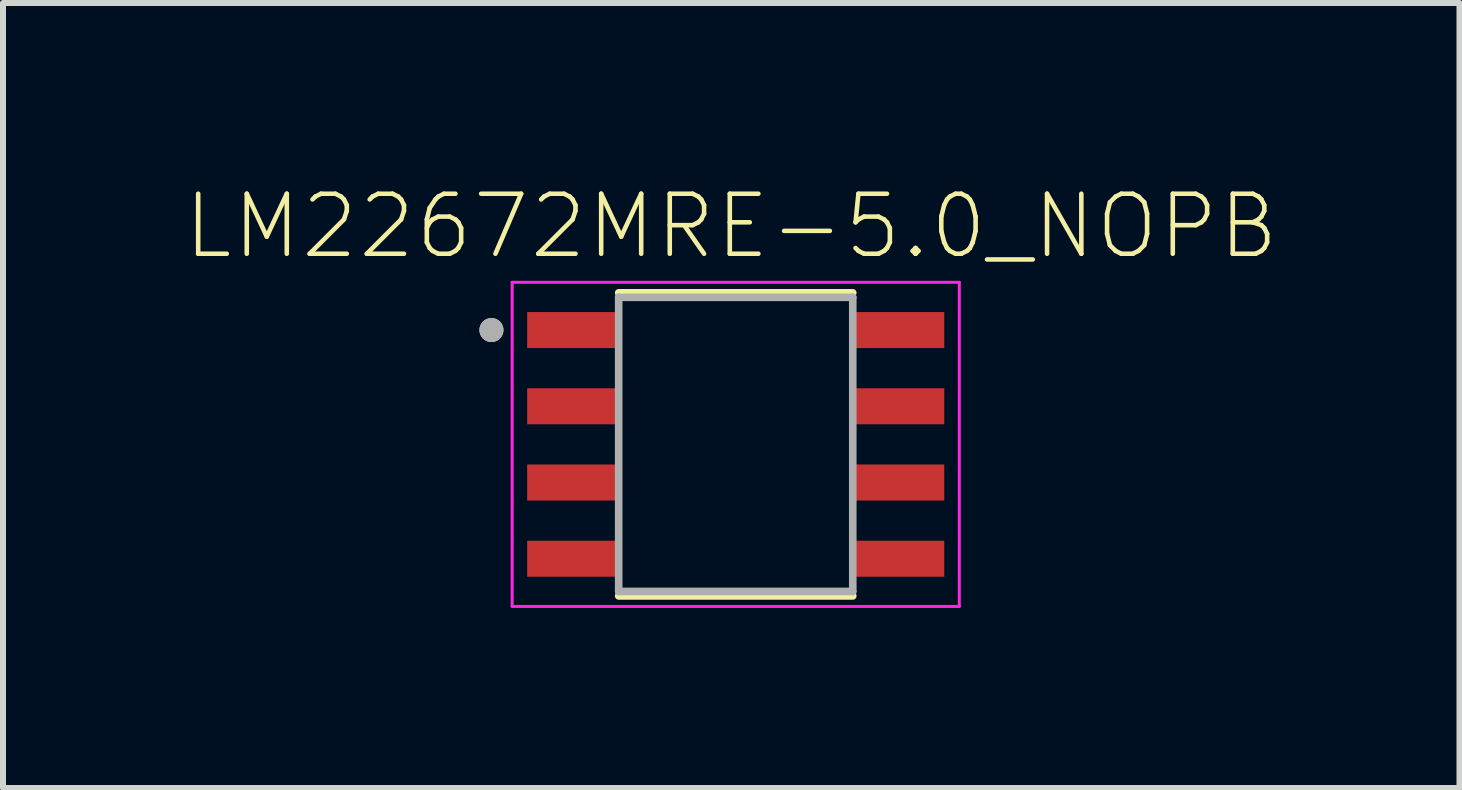
<source format=kicad_pcb>
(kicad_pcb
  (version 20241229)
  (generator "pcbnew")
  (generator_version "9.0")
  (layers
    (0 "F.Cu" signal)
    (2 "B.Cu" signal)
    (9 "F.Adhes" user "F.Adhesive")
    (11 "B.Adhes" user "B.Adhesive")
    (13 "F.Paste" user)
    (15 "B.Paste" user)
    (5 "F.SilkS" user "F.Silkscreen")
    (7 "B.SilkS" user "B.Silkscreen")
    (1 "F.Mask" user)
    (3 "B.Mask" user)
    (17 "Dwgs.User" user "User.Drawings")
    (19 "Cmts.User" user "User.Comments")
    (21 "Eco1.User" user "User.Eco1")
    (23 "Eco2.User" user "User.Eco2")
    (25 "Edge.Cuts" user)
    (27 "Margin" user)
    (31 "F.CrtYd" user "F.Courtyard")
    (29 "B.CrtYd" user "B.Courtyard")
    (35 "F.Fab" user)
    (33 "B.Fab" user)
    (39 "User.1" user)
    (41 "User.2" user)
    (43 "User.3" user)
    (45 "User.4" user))
  (footprint "LM22672MRE-5.0_NOPB"
    (layer "F.Cu")
    (at 9.208 4.354)
    (property "Reference" "LM22672MRE-5.0_NOPB" (at -0.075 -3.635 0) (layer "F.SilkS") (effects (font (size 1 1) (thickness 0.076))))
    (attr through_hole)
    (fp_poly (pts (xy -1.905 -1.535) (xy -3.495 -1.535) (xy -3.498 -1.535) (xy -3.5 -1.535) (xy -3.503 -1.536) (xy -3.505 -1.536) (xy -3.508 -1.537) (xy -3.51 -1.537) (xy -3.513 -1.538) (xy -3.515 -1.539) (xy -3.518 -1.54) (xy -3.52 -1.542) (xy -3.522 -1.543) (xy -3.524 -1.545) (xy -3.526 -1.546) (xy -3.528 -1.548) (xy -3.53 -1.55) (xy -3.532 -1.552) (xy -3.534 -1.554) (xy -3.535 -1.556) (xy -3.537 -1.558) (xy -3.538 -1.56) (xy -3.54 -1.562) (xy -3.541 -1.565) (xy -3.542 -1.567) (xy -3.543 -1.57) (xy -3.543 -1.572) (xy -3.544 -1.575) (xy -3.544 -1.577) (xy -3.545 -1.58) (xy -3.545 -1.582) (xy -3.545 -1.585) (xy -3.545 -2.225) (xy -3.545 -2.228) (xy -3.545 -2.23) (xy -3.544 -2.233) (xy -3.544 -2.235) (xy -3.543 -2.238) (xy -3.543 -2.24) (xy -3.542 -2.243) (xy -3.541 -2.245) (xy -3.54 -2.248) (xy -3.538 -2.25) (xy -3.537 -2.252) (xy -3.535 -2.254) (xy -3.534 -2.256) (xy -3.532 -2.258) (xy -3.53 -2.26) (xy -3.528 -2.262) (xy -3.526 -2.264) (xy -3.524 -2.265) (xy -3.522 -2.267) (xy -3.52 -2.268) (xy -3.518 -2.27) (xy -3.515 -2.271) (xy -3.513 -2.272) (xy -3.51 -2.273) (xy -3.508 -2.273) (xy -3.505 -2.274) (xy -3.503 -2.274) (xy -3.5 -2.275) (xy -3.498 -2.275) (xy -3.495 -2.275) (xy -1.905 -2.275) (xy -1.902 -2.275) (xy -1.9 -2.275) (xy -1.897 -2.274) (xy -1.895 -2.274) (xy -1.892 -2.273) (xy -1.89 -2.273) (xy -1.887 -2.272) (xy -1.885 -2.271) (xy -1.882 -2.27) (xy -1.88 -2.268) (xy -1.878 -2.267) (xy -1.876 -2.265) (xy -1.874 -2.264) (xy -1.872 -2.262) (xy -1.87 -2.26) (xy -1.868 -2.258) (xy -1.866 -2.256) (xy -1.865 -2.254) (xy -1.863 -2.252) (xy -1.862 -2.25) (xy -1.86 -2.248) (xy -1.859 -2.245) (xy -1.858 -2.243) (xy -1.857 -2.24) (xy -1.857 -2.238) (xy -1.856 -2.235) (xy -1.856 -2.233) (xy -1.855 -2.23) (xy -1.855 -2.228) (xy -1.855 -2.225) (xy -1.855 -1.585) (xy -1.855 -1.582) (xy -1.855 -1.58) (xy -1.856 -1.577) (xy -1.856 -1.575) (xy -1.857 -1.572) (xy -1.857 -1.57) (xy -1.858 -1.567) (xy -1.859 -1.565) (xy -1.86 -1.562) (xy -1.862 -1.56) (xy -1.863 -1.558) (xy -1.865 -1.556) (xy -1.866 -1.554) (xy -1.868 -1.552) (xy -1.87 -1.55) (xy -1.872 -1.548) (xy -1.874 -1.546) (xy -1.876 -1.545) (xy -1.878 -1.543) (xy -1.88 -1.542) (xy -1.882 -1.54) (xy -1.885 -1.539) (xy -1.887 -1.538) (xy -1.89 -1.537) (xy -1.892 -1.537) (xy -1.895 -1.536) (xy -1.897 -1.536) (xy -1.9 -1.535) (xy -1.902 -1.535) (xy -1.905 -1.535)) (stroke (width 0.01) (type solid)) (fill yes) (layer "F.Mask"))
    (fp_poly (pts (xy -1.905 -0.265) (xy -3.495 -0.265) (xy -3.498 -0.265) (xy -3.5 -0.265) (xy -3.503 -0.266) (xy -3.505 -0.266) (xy -3.508 -0.267) (xy -3.51 -0.267) (xy -3.513 -0.268) (xy -3.515 -0.269) (xy -3.518 -0.27) (xy -3.52 -0.272) (xy -3.522 -0.273) (xy -3.524 -0.275) (xy -3.526 -0.276) (xy -3.528 -0.278) (xy -3.53 -0.28) (xy -3.532 -0.282) (xy -3.534 -0.284) (xy -3.535 -0.286) (xy -3.537 -0.288) (xy -3.538 -0.29) (xy -3.54 -0.292) (xy -3.541 -0.295) (xy -3.542 -0.297) (xy -3.543 -0.3) (xy -3.543 -0.302) (xy -3.544 -0.305) (xy -3.544 -0.307) (xy -3.545 -0.31) (xy -3.545 -0.312) (xy -3.545 -0.315) (xy -3.545 -0.955) (xy -3.545 -0.958) (xy -3.545 -0.96) (xy -3.544 -0.963) (xy -3.544 -0.965) (xy -3.543 -0.968) (xy -3.543 -0.97) (xy -3.542 -0.973) (xy -3.541 -0.975) (xy -3.54 -0.978) (xy -3.538 -0.98) (xy -3.537 -0.982) (xy -3.535 -0.984) (xy -3.534 -0.986) (xy -3.532 -0.988) (xy -3.53 -0.99) (xy -3.528 -0.992) (xy -3.526 -0.994) (xy -3.524 -0.995) (xy -3.522 -0.997) (xy -3.52 -0.998) (xy -3.518 -1) (xy -3.515 -1.001) (xy -3.513 -1.002) (xy -3.51 -1.003) (xy -3.508 -1.003) (xy -3.505 -1.004) (xy -3.503 -1.004) (xy -3.5 -1.005) (xy -3.498 -1.005) (xy -3.495 -1.005) (xy -1.905 -1.005) (xy -1.902 -1.005) (xy -1.9 -1.005) (xy -1.897 -1.004) (xy -1.895 -1.004) (xy -1.892 -1.003) (xy -1.89 -1.003) (xy -1.887 -1.002) (xy -1.885 -1.001) (xy -1.882 -1) (xy -1.88 -0.998) (xy -1.878 -0.997) (xy -1.876 -0.995) (xy -1.874 -0.994) (xy -1.872 -0.992) (xy -1.87 -0.99) (xy -1.868 -0.988) (xy -1.866 -0.986) (xy -1.865 -0.984) (xy -1.863 -0.982) (xy -1.862 -0.98) (xy -1.86 -0.978) (xy -1.859 -0.975) (xy -1.858 -0.973) (xy -1.857 -0.97) (xy -1.857 -0.968) (xy -1.856 -0.965) (xy -1.856 -0.963) (xy -1.855 -0.96) (xy -1.855 -0.958) (xy -1.855 -0.955) (xy -1.855 -0.315) (xy -1.855 -0.312) (xy -1.855 -0.31) (xy -1.856 -0.307) (xy -1.856 -0.305) (xy -1.857 -0.302) (xy -1.857 -0.3) (xy -1.858 -0.297) (xy -1.859 -0.295) (xy -1.86 -0.292) (xy -1.862 -0.29) (xy -1.863 -0.288) (xy -1.865 -0.286) (xy -1.866 -0.284) (xy -1.868 -0.282) (xy -1.87 -0.28) (xy -1.872 -0.278) (xy -1.874 -0.276) (xy -1.876 -0.275) (xy -1.878 -0.273) (xy -1.88 -0.272) (xy -1.882 -0.27) (xy -1.885 -0.269) (xy -1.887 -0.268) (xy -1.89 -0.267) (xy -1.892 -0.267) (xy -1.895 -0.266) (xy -1.897 -0.266) (xy -1.9 -0.265) (xy -1.902 -0.265) (xy -1.905 -0.265)) (stroke (width 0.01) (type solid)) (fill yes) (layer "F.Mask"))
    (fp_poly (pts (xy -1.905 1.005) (xy -3.495 1.005) (xy -3.498 1.005) (xy -3.5 1.005) (xy -3.503 1.004) (xy -3.505 1.004) (xy -3.508 1.003) (xy -3.51 1.003) (xy -3.513 1.002) (xy -3.515 1.001) (xy -3.518 1) (xy -3.52 0.998) (xy -3.522 0.997) (xy -3.524 0.995) (xy -3.526 0.994) (xy -3.528 0.992) (xy -3.53 0.99) (xy -3.532 0.988) (xy -3.534 0.986) (xy -3.535 0.984) (xy -3.537 0.982) (xy -3.538 0.98) (xy -3.54 0.978) (xy -3.541 0.975) (xy -3.542 0.973) (xy -3.543 0.97) (xy -3.543 0.968) (xy -3.544 0.965) (xy -3.544 0.963) (xy -3.545 0.96) (xy -3.545 0.958) (xy -3.545 0.955) (xy -3.545 0.315) (xy -3.545 0.312) (xy -3.545 0.31) (xy -3.544 0.307) (xy -3.544 0.305) (xy -3.543 0.302) (xy -3.543 0.3) (xy -3.542 0.297) (xy -3.541 0.295) (xy -3.54 0.292) (xy -3.538 0.29) (xy -3.537 0.288) (xy -3.535 0.286) (xy -3.534 0.284) (xy -3.532 0.282) (xy -3.53 0.28) (xy -3.528 0.278) (xy -3.526 0.276) (xy -3.524 0.275) (xy -3.522 0.273) (xy -3.52 0.272) (xy -3.518 0.27) (xy -3.515 0.269) (xy -3.513 0.268) (xy -3.51 0.267) (xy -3.508 0.267) (xy -3.505 0.266) (xy -3.503 0.266) (xy -3.5 0.265) (xy -3.498 0.265) (xy -3.495 0.265) (xy -1.905 0.265) (xy -1.902 0.265) (xy -1.9 0.265) (xy -1.897 0.266) (xy -1.895 0.266) (xy -1.892 0.267) (xy -1.89 0.267) (xy -1.887 0.268) (xy -1.885 0.269) (xy -1.882 0.27) (xy -1.88 0.272) (xy -1.878 0.273) (xy -1.876 0.275) (xy -1.874 0.276) (xy -1.872 0.278) (xy -1.87 0.28) (xy -1.868 0.282) (xy -1.866 0.284) (xy -1.865 0.286) (xy -1.863 0.288) (xy -1.862 0.29) (xy -1.86 0.292) (xy -1.859 0.295) (xy -1.858 0.297) (xy -1.857 0.3) (xy -1.857 0.302) (xy -1.856 0.305) (xy -1.856 0.307) (xy -1.855 0.31) (xy -1.855 0.312) (xy -1.855 0.315) (xy -1.855 0.955) (xy -1.855 0.958) (xy -1.855 0.96) (xy -1.856 0.963) (xy -1.856 0.965) (xy -1.857 0.968) (xy -1.857 0.97) (xy -1.858 0.973) (xy -1.859 0.975) (xy -1.86 0.978) (xy -1.862 0.98) (xy -1.863 0.982) (xy -1.865 0.984) (xy -1.866 0.986) (xy -1.868 0.988) (xy -1.87 0.99) (xy -1.872 0.992) (xy -1.874 0.994) (xy -1.876 0.995) (xy -1.878 0.997) (xy -1.88 0.998) (xy -1.882 1) (xy -1.885 1.001) (xy -1.887 1.002) (xy -1.89 1.003) (xy -1.892 1.003) (xy -1.895 1.004) (xy -1.897 1.004) (xy -1.9 1.005) (xy -1.902 1.005) (xy -1.905 1.005)) (stroke (width 0.01) (type solid)) (fill yes) (layer "F.Mask"))
    (fp_poly (pts (xy -1.905 2.275) (xy -3.495 2.275) (xy -3.498 2.275) (xy -3.5 2.275) (xy -3.503 2.274) (xy -3.505 2.274) (xy -3.508 2.273) (xy -3.51 2.273) (xy -3.513 2.272) (xy -3.515 2.271) (xy -3.518 2.27) (xy -3.52 2.268) (xy -3.522 2.267) (xy -3.524 2.265) (xy -3.526 2.264) (xy -3.528 2.262) (xy -3.53 2.26) (xy -3.532 2.258) (xy -3.534 2.256) (xy -3.535 2.254) (xy -3.537 2.252) (xy -3.538 2.25) (xy -3.54 2.248) (xy -3.541 2.245) (xy -3.542 2.243) (xy -3.543 2.24) (xy -3.543 2.238) (xy -3.544 2.235) (xy -3.544 2.233) (xy -3.545 2.23) (xy -3.545 2.228) (xy -3.545 2.225) (xy -3.545 1.585) (xy -3.545 1.582) (xy -3.545 1.58) (xy -3.544 1.577) (xy -3.544 1.575) (xy -3.543 1.572) (xy -3.543 1.57) (xy -3.542 1.567) (xy -3.541 1.565) (xy -3.54 1.562) (xy -3.538 1.56) (xy -3.537 1.558) (xy -3.535 1.556) (xy -3.534 1.554) (xy -3.532 1.552) (xy -3.53 1.55) (xy -3.528 1.548) (xy -3.526 1.546) (xy -3.524 1.545) (xy -3.522 1.543) (xy -3.52 1.542) (xy -3.518 1.54) (xy -3.515 1.539) (xy -3.513 1.538) (xy -3.51 1.537) (xy -3.508 1.537) (xy -3.505 1.536) (xy -3.503 1.536) (xy -3.5 1.535) (xy -3.498 1.535) (xy -3.495 1.535) (xy -1.905 1.535) (xy -1.902 1.535) (xy -1.9 1.535) (xy -1.897 1.536) (xy -1.895 1.536) (xy -1.892 1.537) (xy -1.89 1.537) (xy -1.887 1.538) (xy -1.885 1.539) (xy -1.882 1.54) (xy -1.88 1.542) (xy -1.878 1.543) (xy -1.876 1.545) (xy -1.874 1.546) (xy -1.872 1.548) (xy -1.87 1.55) (xy -1.868 1.552) (xy -1.866 1.554) (xy -1.865 1.556) (xy -1.863 1.558) (xy -1.862 1.56) (xy -1.86 1.562) (xy -1.859 1.565) (xy -1.858 1.567) (xy -1.857 1.57) (xy -1.857 1.572) (xy -1.856 1.575) (xy -1.856 1.577) (xy -1.855 1.58) (xy -1.855 1.582) (xy -1.855 1.585) (xy -1.855 2.225) (xy -1.855 2.228) (xy -1.855 2.23) (xy -1.856 2.233) (xy -1.856 2.235) (xy -1.857 2.238) (xy -1.857 2.24) (xy -1.858 2.243) (xy -1.859 2.245) (xy -1.86 2.248) (xy -1.862 2.25) (xy -1.863 2.252) (xy -1.865 2.254) (xy -1.866 2.256) (xy -1.868 2.258) (xy -1.87 2.26) (xy -1.872 2.262) (xy -1.874 2.264) (xy -1.876 2.265) (xy -1.878 2.267) (xy -1.88 2.268) (xy -1.882 2.27) (xy -1.885 2.271) (xy -1.887 2.272) (xy -1.89 2.273) (xy -1.892 2.273) (xy -1.895 2.274) (xy -1.897 2.274) (xy -1.9 2.275) (xy -1.902 2.275) (xy -1.905 2.275)) (stroke (width 0.01) (type solid)) (fill yes) (layer "F.Mask"))
    (fp_poly (pts (xy 3.495 -1.535) (xy 1.905 -1.535) (xy 1.902 -1.535) (xy 1.9 -1.535) (xy 1.897 -1.536) (xy 1.895 -1.536) (xy 1.892 -1.537) (xy 1.89 -1.537) (xy 1.887 -1.538) (xy 1.885 -1.539) (xy 1.882 -1.54) (xy 1.88 -1.542) (xy 1.878 -1.543) (xy 1.876 -1.545) (xy 1.874 -1.546) (xy 1.872 -1.548) (xy 1.87 -1.55) (xy 1.868 -1.552) (xy 1.866 -1.554) (xy 1.865 -1.556) (xy 1.863 -1.558) (xy 1.862 -1.56) (xy 1.86 -1.562) (xy 1.859 -1.565) (xy 1.858 -1.567) (xy 1.857 -1.57) (xy 1.857 -1.572) (xy 1.856 -1.575) (xy 1.856 -1.577) (xy 1.855 -1.58) (xy 1.855 -1.582) (xy 1.855 -1.585) (xy 1.855 -2.225) (xy 1.855 -2.228) (xy 1.855 -2.23) (xy 1.856 -2.233) (xy 1.856 -2.235) (xy 1.857 -2.238) (xy 1.857 -2.24) (xy 1.858 -2.243) (xy 1.859 -2.245) (xy 1.86 -2.248) (xy 1.862 -2.25) (xy 1.863 -2.252) (xy 1.865 -2.254) (xy 1.866 -2.256) (xy 1.868 -2.258) (xy 1.87 -2.26) (xy 1.872 -2.262) (xy 1.874 -2.264) (xy 1.876 -2.265) (xy 1.878 -2.267) (xy 1.88 -2.268) (xy 1.882 -2.27) (xy 1.885 -2.271) (xy 1.887 -2.272) (xy 1.89 -2.273) (xy 1.892 -2.273) (xy 1.895 -2.274) (xy 1.897 -2.274) (xy 1.9 -2.275) (xy 1.902 -2.275) (xy 1.905 -2.275) (xy 3.495 -2.275) (xy 3.498 -2.275) (xy 3.5 -2.275) (xy 3.503 -2.274) (xy 3.505 -2.274) (xy 3.508 -2.273) (xy 3.51 -2.273) (xy 3.513 -2.272) (xy 3.515 -2.271) (xy 3.518 -2.27) (xy 3.52 -2.268) (xy 3.522 -2.267) (xy 3.524 -2.265) (xy 3.526 -2.264) (xy 3.528 -2.262) (xy 3.53 -2.26) (xy 3.532 -2.258) (xy 3.534 -2.256) (xy 3.535 -2.254) (xy 3.537 -2.252) (xy 3.538 -2.25) (xy 3.54 -2.248) (xy 3.541 -2.245) (xy 3.542 -2.243) (xy 3.543 -2.24) (xy 3.543 -2.238) (xy 3.544 -2.235) (xy 3.544 -2.233) (xy 3.545 -2.23) (xy 3.545 -2.228) (xy 3.545 -2.225) (xy 3.545 -1.585) (xy 3.545 -1.582) (xy 3.545 -1.58) (xy 3.544 -1.577) (xy 3.544 -1.575) (xy 3.543 -1.572) (xy 3.543 -1.57) (xy 3.542 -1.567) (xy 3.541 -1.565) (xy 3.54 -1.562) (xy 3.538 -1.56) (xy 3.537 -1.558) (xy 3.535 -1.556) (xy 3.534 -1.554) (xy 3.532 -1.552) (xy 3.53 -1.55) (xy 3.528 -1.548) (xy 3.526 -1.546) (xy 3.524 -1.545) (xy 3.522 -1.543) (xy 3.52 -1.542) (xy 3.518 -1.54) (xy 3.515 -1.539) (xy 3.513 -1.538) (xy 3.51 -1.537) (xy 3.508 -1.537) (xy 3.505 -1.536) (xy 3.503 -1.536) (xy 3.5 -1.535) (xy 3.498 -1.535) (xy 3.495 -1.535)) (stroke (width 0.01) (type solid)) (fill yes) (layer "F.Mask"))
    (fp_poly (pts (xy 3.495 -0.265) (xy 1.905 -0.265) (xy 1.902 -0.265) (xy 1.9 -0.265) (xy 1.897 -0.266) (xy 1.895 -0.266) (xy 1.892 -0.267) (xy 1.89 -0.267) (xy 1.887 -0.268) (xy 1.885 -0.269) (xy 1.882 -0.27) (xy 1.88 -0.272) (xy 1.878 -0.273) (xy 1.876 -0.275) (xy 1.874 -0.276) (xy 1.872 -0.278) (xy 1.87 -0.28) (xy 1.868 -0.282) (xy 1.866 -0.284) (xy 1.865 -0.286) (xy 1.863 -0.288) (xy 1.862 -0.29) (xy 1.86 -0.292) (xy 1.859 -0.295) (xy 1.858 -0.297) (xy 1.857 -0.3) (xy 1.857 -0.302) (xy 1.856 -0.305) (xy 1.856 -0.307) (xy 1.855 -0.31) (xy 1.855 -0.312) (xy 1.855 -0.315) (xy 1.855 -0.955) (xy 1.855 -0.958) (xy 1.855 -0.96) (xy 1.856 -0.963) (xy 1.856 -0.965) (xy 1.857 -0.968) (xy 1.857 -0.97) (xy 1.858 -0.973) (xy 1.859 -0.975) (xy 1.86 -0.978) (xy 1.862 -0.98) (xy 1.863 -0.982) (xy 1.865 -0.984) (xy 1.866 -0.986) (xy 1.868 -0.988) (xy 1.87 -0.99) (xy 1.872 -0.992) (xy 1.874 -0.994) (xy 1.876 -0.995) (xy 1.878 -0.997) (xy 1.88 -0.998) (xy 1.882 -1) (xy 1.885 -1.001) (xy 1.887 -1.002) (xy 1.89 -1.003) (xy 1.892 -1.003) (xy 1.895 -1.004) (xy 1.897 -1.004) (xy 1.9 -1.005) (xy 1.902 -1.005) (xy 1.905 -1.005) (xy 3.495 -1.005) (xy 3.498 -1.005) (xy 3.5 -1.005) (xy 3.503 -1.004) (xy 3.505 -1.004) (xy 3.508 -1.003) (xy 3.51 -1.003) (xy 3.513 -1.002) (xy 3.515 -1.001) (xy 3.518 -1) (xy 3.52 -0.998) (xy 3.522 -0.997) (xy 3.524 -0.995) (xy 3.526 -0.994) (xy 3.528 -0.992) (xy 3.53 -0.99) (xy 3.532 -0.988) (xy 3.534 -0.986) (xy 3.535 -0.984) (xy 3.537 -0.982) (xy 3.538 -0.98) (xy 3.54 -0.978) (xy 3.541 -0.975) (xy 3.542 -0.973) (xy 3.543 -0.97) (xy 3.543 -0.968) (xy 3.544 -0.965) (xy 3.544 -0.963) (xy 3.545 -0.96) (xy 3.545 -0.958) (xy 3.545 -0.955) (xy 3.545 -0.315) (xy 3.545 -0.312) (xy 3.545 -0.31) (xy 3.544 -0.307) (xy 3.544 -0.305) (xy 3.543 -0.302) (xy 3.543 -0.3) (xy 3.542 -0.297) (xy 3.541 -0.295) (xy 3.54 -0.292) (xy 3.538 -0.29) (xy 3.537 -0.288) (xy 3.535 -0.286) (xy 3.534 -0.284) (xy 3.532 -0.282) (xy 3.53 -0.28) (xy 3.528 -0.278) (xy 3.526 -0.276) (xy 3.524 -0.275) (xy 3.522 -0.273) (xy 3.52 -0.272) (xy 3.518 -0.27) (xy 3.515 -0.269) (xy 3.513 -0.268) (xy 3.51 -0.267) (xy 3.508 -0.267) (xy 3.505 -0.266) (xy 3.503 -0.266) (xy 3.5 -0.265) (xy 3.498 -0.265) (xy 3.495 -0.265)) (stroke (width 0.01) (type solid)) (fill yes) (layer "F.Mask"))
    (fp_poly (pts (xy 3.495 1.005) (xy 1.905 1.005) (xy 1.902 1.005) (xy 1.9 1.005) (xy 1.897 1.004) (xy 1.895 1.004) (xy 1.892 1.003) (xy 1.89 1.003) (xy 1.887 1.002) (xy 1.885 1.001) (xy 1.882 1) (xy 1.88 0.998) (xy 1.878 0.997) (xy 1.876 0.995) (xy 1.874 0.994) (xy 1.872 0.992) (xy 1.87 0.99) (xy 1.868 0.988) (xy 1.866 0.986) (xy 1.865 0.984) (xy 1.863 0.982) (xy 1.862 0.98) (xy 1.86 0.978) (xy 1.859 0.975) (xy 1.858 0.973) (xy 1.857 0.97) (xy 1.857 0.968) (xy 1.856 0.965) (xy 1.856 0.963) (xy 1.855 0.96) (xy 1.855 0.958) (xy 1.855 0.955) (xy 1.855 0.315) (xy 1.855 0.312) (xy 1.855 0.31) (xy 1.856 0.307) (xy 1.856 0.305) (xy 1.857 0.302) (xy 1.857 0.3) (xy 1.858 0.297) (xy 1.859 0.295) (xy 1.86 0.292) (xy 1.862 0.29) (xy 1.863 0.288) (xy 1.865 0.286) (xy 1.866 0.284) (xy 1.868 0.282) (xy 1.87 0.28) (xy 1.872 0.278) (xy 1.874 0.276) (xy 1.876 0.275) (xy 1.878 0.273) (xy 1.88 0.272) (xy 1.882 0.27) (xy 1.885 0.269) (xy 1.887 0.268) (xy 1.89 0.267) (xy 1.892 0.267) (xy 1.895 0.266) (xy 1.897 0.266) (xy 1.9 0.265) (xy 1.902 0.265) (xy 1.905 0.265) (xy 3.495 0.265) (xy 3.498 0.265) (xy 3.5 0.265) (xy 3.503 0.266) (xy 3.505 0.266) (xy 3.508 0.267) (xy 3.51 0.267) (xy 3.513 0.268) (xy 3.515 0.269) (xy 3.518 0.27) (xy 3.52 0.272) (xy 3.522 0.273) (xy 3.524 0.275) (xy 3.526 0.276) (xy 3.528 0.278) (xy 3.53 0.28) (xy 3.532 0.282) (xy 3.534 0.284) (xy 3.535 0.286) (xy 3.537 0.288) (xy 3.538 0.29) (xy 3.54 0.292) (xy 3.541 0.295) (xy 3.542 0.297) (xy 3.543 0.3) (xy 3.543 0.302) (xy 3.544 0.305) (xy 3.544 0.307) (xy 3.545 0.31) (xy 3.545 0.312) (xy 3.545 0.315) (xy 3.545 0.955) (xy 3.545 0.958) (xy 3.545 0.96) (xy 3.544 0.963) (xy 3.544 0.965) (xy 3.543 0.968) (xy 3.543 0.97) (xy 3.542 0.973) (xy 3.541 0.975) (xy 3.54 0.978) (xy 3.538 0.98) (xy 3.537 0.982) (xy 3.535 0.984) (xy 3.534 0.986) (xy 3.532 0.988) (xy 3.53 0.99) (xy 3.528 0.992) (xy 3.526 0.994) (xy 3.524 0.995) (xy 3.522 0.997) (xy 3.52 0.998) (xy 3.518 1) (xy 3.515 1.001) (xy 3.513 1.002) (xy 3.51 1.003) (xy 3.508 1.003) (xy 3.505 1.004) (xy 3.503 1.004) (xy 3.5 1.005) (xy 3.498 1.005) (xy 3.495 1.005)) (stroke (width 0.01) (type solid)) (fill yes) (layer "F.Mask"))
    (fp_poly (pts (xy 3.495 2.275) (xy 1.905 2.275) (xy 1.902 2.275) (xy 1.9 2.275) (xy 1.897 2.274) (xy 1.895 2.274) (xy 1.892 2.273) (xy 1.89 2.273) (xy 1.887 2.272) (xy 1.885 2.271) (xy 1.882 2.27) (xy 1.88 2.268) (xy 1.878 2.267) (xy 1.876 2.265) (xy 1.874 2.264) (xy 1.872 2.262) (xy 1.87 2.26) (xy 1.868 2.258) (xy 1.866 2.256) (xy 1.865 2.254) (xy 1.863 2.252) (xy 1.862 2.25) (xy 1.86 2.248) (xy 1.859 2.245) (xy 1.858 2.243) (xy 1.857 2.24) (xy 1.857 2.238) (xy 1.856 2.235) (xy 1.856 2.233) (xy 1.855 2.23) (xy 1.855 2.228) (xy 1.855 2.225) (xy 1.855 1.585) (xy 1.855 1.582) (xy 1.855 1.58) (xy 1.856 1.577) (xy 1.856 1.575) (xy 1.857 1.572) (xy 1.857 1.57) (xy 1.858 1.567) (xy 1.859 1.565) (xy 1.86 1.562) (xy 1.862 1.56) (xy 1.863 1.558) (xy 1.865 1.556) (xy 1.866 1.554) (xy 1.868 1.552) (xy 1.87 1.55) (xy 1.872 1.548) (xy 1.874 1.546) (xy 1.876 1.545) (xy 1.878 1.543) (xy 1.88 1.542) (xy 1.882 1.54) (xy 1.885 1.539) (xy 1.887 1.538) (xy 1.89 1.537) (xy 1.892 1.537) (xy 1.895 1.536) (xy 1.897 1.536) (xy 1.9 1.535) (xy 1.902 1.535) (xy 1.905 1.535) (xy 3.495 1.535) (xy 3.498 1.535) (xy 3.5 1.535) (xy 3.503 1.536) (xy 3.505 1.536) (xy 3.508 1.537) (xy 3.51 1.537) (xy 3.513 1.538) (xy 3.515 1.539) (xy 3.518 1.54) (xy 3.52 1.542) (xy 3.522 1.543) (xy 3.524 1.545) (xy 3.526 1.546) (xy 3.528 1.548) (xy 3.53 1.55) (xy 3.532 1.552) (xy 3.534 1.554) (xy 3.535 1.556) (xy 3.537 1.558) (xy 3.538 1.56) (xy 3.54 1.562) (xy 3.541 1.565) (xy 3.542 1.567) (xy 3.543 1.57) (xy 3.543 1.572) (xy 3.544 1.575) (xy 3.544 1.577) (xy 3.545 1.58) (xy 3.545 1.582) (xy 3.545 1.585) (xy 3.545 2.225) (xy 3.545 2.228) (xy 3.545 2.23) (xy 3.544 2.233) (xy 3.544 2.235) (xy 3.543 2.238) (xy 3.543 2.24) (xy 3.542 2.243) (xy 3.541 2.245) (xy 3.54 2.248) (xy 3.538 2.25) (xy 3.537 2.252) (xy 3.535 2.254) (xy 3.534 2.256) (xy 3.532 2.258) (xy 3.53 2.26) (xy 3.528 2.262) (xy 3.526 2.264) (xy 3.524 2.265) (xy 3.522 2.267) (xy 3.52 2.268) (xy 3.518 2.27) (xy 3.515 2.271) (xy 3.513 2.272) (xy 3.51 2.273) (xy 3.508 2.273) (xy 3.505 2.274) (xy 3.503 2.274) (xy 3.5 2.275) (xy 3.498 2.275) (xy 3.495 2.275)) (stroke (width 0.01) (type solid)) (fill yes) (layer "F.Mask"))
    (fp_line (start -1.95 -2.525) (end 1.95 -2.525) (stroke (width 0.127) (type solid)) (layer "F.SilkS"))
    (fp_line (start -1.95 2.525) (end 1.95 2.525) (stroke (width 0.127) (type solid)) (layer "F.SilkS"))
    (fp_circle (center -4.07 -1.905) (end -3.97 -1.905) (stroke (width 0.2) (type solid)) (fill no) (layer "F.SilkS"))
    (fp_line (start -3.725 -2.7) (end -3.725 2.7) (stroke (width 0.05) (type solid)) (layer "F.CrtYd"))
    (fp_line (start -3.725 -2.7) (end 3.725 -2.7) (stroke (width 0.05) (type solid)) (layer "F.CrtYd"))
    (fp_line (start -3.725 2.7) (end 3.725 2.7) (stroke (width 0.05) (type solid)) (layer "F.CrtYd"))
    (fp_line (start 3.725 -2.7) (end 3.725 2.7) (stroke (width 0.05) (type solid)) (layer "F.CrtYd"))
    (fp_line (start -1.95 -2.45) (end -1.95 2.45) (stroke (width 0.127) (type solid)) (layer "F.Fab"))
    (fp_line (start -1.95 -2.45) (end 1.95 -2.45) (stroke (width 0.127) (type solid)) (layer "F.Fab"))
    (fp_line (start -1.95 2.45) (end 1.95 2.45) (stroke (width 0.127) (type solid)) (layer "F.Fab"))
    (fp_line (start 1.95 -2.45) (end 1.95 2.45) (stroke (width 0.127) (type solid)) (layer "F.Fab"))
    (fp_circle (center -4.07 -1.905) (end -3.97 -1.905) (stroke (width 0.2) (type solid)) (fill no) (layer "F.Fab"))
    (pad "1" smd rect (at -2.7 -1.905) (size 1.55 0.6) (layers "F.Cu" "F.Paste"))
    (pad "2" smd rect (at -2.7 -0.635) (size 1.55 0.6) (layers "F.Cu" "F.Paste"))
    (pad "3" smd rect (at -2.7 0.635) (size 1.55 0.6) (layers "F.Cu" "F.Paste"))
    (pad "4" smd rect (at -2.7 1.905) (size 1.55 0.6) (layers "F.Cu" "F.Paste"))
    (pad "5" smd rect (at 2.7 1.905) (size 1.55 0.6) (layers "F.Cu" "F.Paste"))
    (pad "6" smd rect (at 2.7 0.635) (size 1.55 0.6) (layers "F.Cu" "F.Paste"))
    (pad "7" smd rect (at 2.7 -0.635) (size 1.55 0.6) (layers "F.Cu" "F.Paste"))
    (pad "8" smd rect (at 2.7 -1.905) (size 1.55 0.6) (layers "F.Cu" "F.Paste")))
  (gr_rect
    (start -3 -3)
    (end 21.267 10.079)
    (stroke (width 0.1) (type default))
    (fill no)
    (layer "Edge.Cuts")))
</source>
